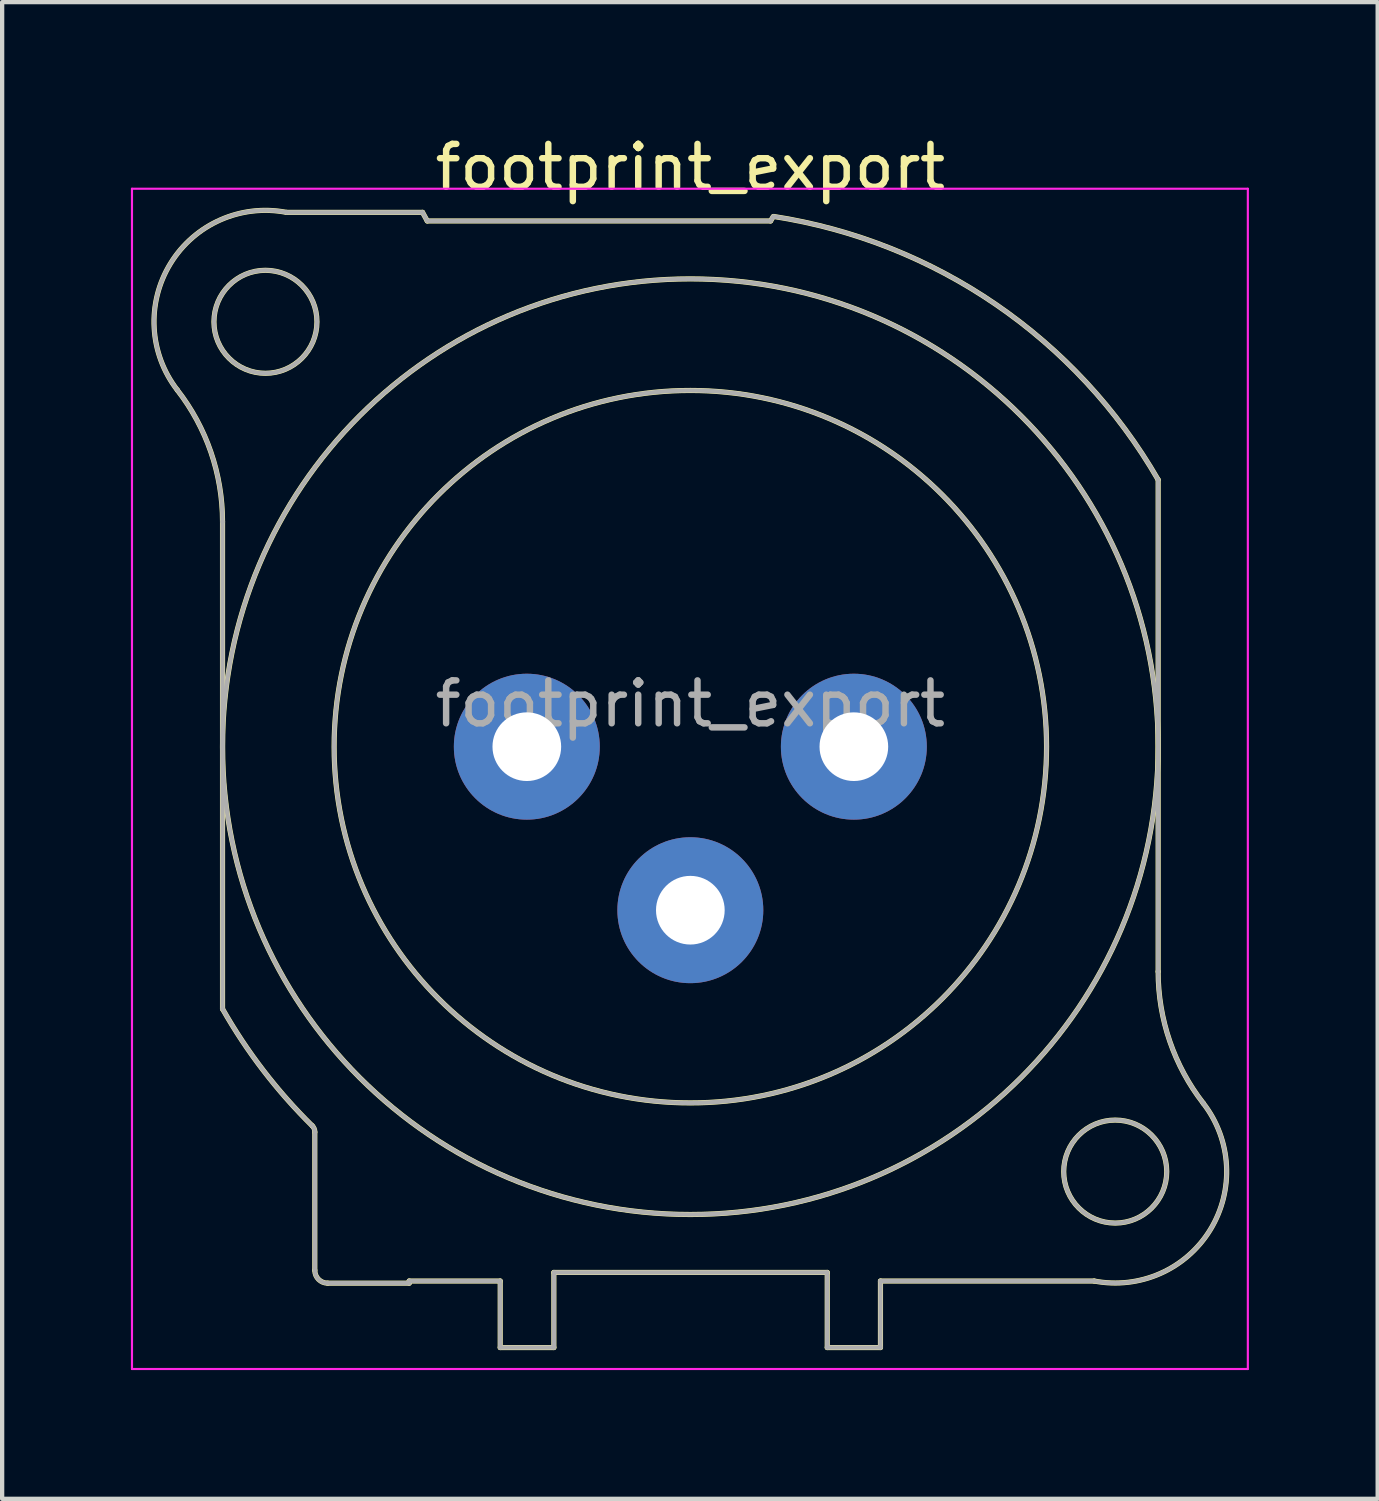
<source format=kicad_pcb>
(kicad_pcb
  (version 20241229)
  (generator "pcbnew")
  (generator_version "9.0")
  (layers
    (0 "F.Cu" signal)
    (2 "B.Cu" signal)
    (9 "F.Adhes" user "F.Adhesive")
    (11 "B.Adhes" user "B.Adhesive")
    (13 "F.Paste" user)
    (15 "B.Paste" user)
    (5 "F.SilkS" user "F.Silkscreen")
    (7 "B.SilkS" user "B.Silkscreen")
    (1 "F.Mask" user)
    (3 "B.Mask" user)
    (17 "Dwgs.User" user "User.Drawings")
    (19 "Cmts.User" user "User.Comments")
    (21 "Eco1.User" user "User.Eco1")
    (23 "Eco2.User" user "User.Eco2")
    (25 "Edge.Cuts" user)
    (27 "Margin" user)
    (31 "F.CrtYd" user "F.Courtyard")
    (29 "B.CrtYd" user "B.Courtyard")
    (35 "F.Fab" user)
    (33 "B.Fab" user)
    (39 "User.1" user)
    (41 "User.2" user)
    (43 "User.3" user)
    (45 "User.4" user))
  (footprint "footprint_export"
    (layer "F.Cu")
    (at 9.225 14.348)
    (property "Reference" "footprint_export" (at 3.81 -13.5 0) (layer "F.SilkS") (effects (font (size 1 1) (thickness 0.15))))
    (attr through_hole)
    (fp_line (start -7.09 -5.24) (end -7.09 6.11) (stroke (width 0.12) (type solid)) (layer "F.SilkS"))
    (fp_line (start -4.94 12.2) (end -4.94 8.98) (stroke (width 0.12) (type solid)) (layer "F.SilkS"))
    (fp_line (start -4.64 12.5) (end -2.74 12.5) (stroke (width 0.12) (type solid)) (layer "F.SilkS"))
    (fp_line (start -2.74 12.45) (end -0.62 12.45) (stroke (width 0.12) (type solid)) (layer "F.SilkS"))
    (fp_line (start -2.74 12.5) (end -2.74 12.45) (stroke (width 0.12) (type solid)) (layer "F.SilkS"))
    (fp_line (start -2.43 -12.45) (end -5.6 -12.45) (stroke (width 0.12) (type solid)) (layer "F.SilkS"))
    (fp_line (start -2.32 -12.25) (end -2.43 -12.45) (stroke (width 0.12) (type solid)) (layer "F.SilkS"))
    (fp_line (start -0.62 12.45) (end -0.62 14) (stroke (width 0.12) (type solid)) (layer "F.SilkS"))
    (fp_line (start 0.63 12.25) (end 0.63 14) (stroke (width 0.12) (type solid)) (layer "F.SilkS"))
    (fp_line (start 0.63 12.25) (end 7 12.25) (stroke (width 0.12) (type solid)) (layer "F.SilkS"))
    (fp_line (start 0.63 14) (end -0.62 14) (stroke (width 0.12) (type solid)) (layer "F.SilkS"))
    (fp_line (start 5.68 -12.25) (end -2.32 -12.25) (stroke (width 0.12) (type solid)) (layer "F.SilkS"))
    (fp_line (start 5.74 -12.35) (end 5.68 -12.25) (stroke (width 0.12) (type solid)) (layer "F.SilkS"))
    (fp_line (start 7 12.25) (end 7 14) (stroke (width 0.12) (type solid)) (layer "F.SilkS"))
    (fp_line (start 8.24 12.45) (end 8.24 14) (stroke (width 0.12) (type solid)) (layer "F.SilkS"))
    (fp_line (start 8.24 12.45) (end 13.22 12.45) (stroke (width 0.12) (type solid)) (layer "F.SilkS"))
    (fp_line (start 8.24 14) (end 7 14) (stroke (width 0.12) (type solid)) (layer "F.SilkS"))
    (fp_line (start 14.71 5.24) (end 14.71 -6.22) (stroke (width 0.12) (type solid)) (layer "F.SilkS"))
    (fp_arc (start -8.14458 -8.311426) (mid -7.360989 -6.863715) (end -7.09 -5.24) (stroke (width 0.12) (type solid)) (layer "F.SilkS"))
    (fp_arc (start -8.141124 -8.307677) (mid -8.303366 -11.257798) (end -5.6 -12.45) (stroke (width 0.12) (type solid)) (layer "F.SilkS"))
    (fp_arc (start -4.999944 8.832139) (mid -4.954594 8.899835) (end -4.94 8.98) (stroke (width 0.12) (type solid)) (layer "F.SilkS"))
    (fp_arc (start -4.999718 8.833849) (mid -6.1389 7.544091) (end -7.09 6.11) (stroke (width 0.12) (type solid)) (layer "F.SilkS"))
    (fp_arc (start -4.64 12.5) (mid -4.852132 12.412132) (end -4.94 12.2) (stroke (width 0.12) (type solid)) (layer "F.SilkS"))
    (fp_arc (start 5.753207 -12.354269) (mid 10.928439 -10.304601) (end 14.71 -6.22) (stroke (width 0.12) (type solid)) (layer "F.SilkS"))
    (fp_arc (start 15.761124 8.307677) (mid 15.923366 11.257798) (end 13.22 12.45) (stroke (width 0.12) (type solid)) (layer "F.SilkS"))
    (fp_arc (start 15.76458 8.311426) (mid 14.980989 6.863715) (end 14.71 5.24) (stroke (width 0.12) (type solid)) (layer "F.SilkS"))
    (fp_circle (center -6.09 -9.9) (end -4.89 -9.9) (stroke (width 0.12) (type solid)) (fill no) (layer "F.SilkS"))
    (fp_circle (center 3.81 0) (end 12.11 0) (stroke (width 0.12) (type solid)) (fill no) (layer "F.SilkS"))
    (fp_circle (center 3.81 0) (end 14.71 0) (stroke (width 0.12) (type solid)) (fill no) (layer "F.SilkS"))
    (fp_circle (center 13.71 9.9) (end 14.91 9.9) (stroke (width 0.12) (type solid)) (fill no) (layer "F.SilkS"))
    (fp_line (start -9.2 -13) (end 16.8 -13) (stroke (width 0.05) (type solid)) (layer "F.CrtYd"))
    (fp_line (start -9.2 14.5) (end -9.2 -13) (stroke (width 0.05) (type solid)) (layer "F.CrtYd"))
    (fp_line (start 16.8 -13) (end 16.8 14.5) (stroke (width 0.05) (type solid)) (layer "F.CrtYd"))
    (fp_line (start 16.8 14.5) (end -9.2 14.5) (stroke (width 0.05) (type solid)) (layer "F.CrtYd"))
    (fp_line (start -7.09 -5.24) (end -7.09 6.11) (stroke (width 0.1) (type solid)) (layer "F.Fab"))
    (fp_line (start -4.94 12.2) (end -4.94 8.98) (stroke (width 0.1) (type solid)) (layer "F.Fab"))
    (fp_line (start -4.64 12.5) (end -2.74 12.5) (stroke (width 0.1) (type solid)) (layer "F.Fab"))
    (fp_line (start -2.74 12.45) (end -0.62 12.45) (stroke (width 0.1) (type solid)) (layer "F.Fab"))
    (fp_line (start -2.74 12.5) (end -2.74 12.45) (stroke (width 0.1) (type solid)) (layer "F.Fab"))
    (fp_line (start -2.43 -12.45) (end -5.6 -12.45) (stroke (width 0.1) (type solid)) (layer "F.Fab"))
    (fp_line (start -2.32 -12.25) (end -2.43 -12.45) (stroke (width 0.1) (type solid)) (layer "F.Fab"))
    (fp_line (start -0.62 12.45) (end -0.62 14) (stroke (width 0.1) (type solid)) (layer "F.Fab"))
    (fp_line (start 0.63 12.25) (end 0.63 14) (stroke (width 0.1) (type solid)) (layer "F.Fab"))
    (fp_line (start 0.63 12.25) (end 7 12.25) (stroke (width 0.1) (type solid)) (layer "F.Fab"))
    (fp_line (start 0.63 14) (end -0.62 14) (stroke (width 0.1) (type solid)) (layer "F.Fab"))
    (fp_line (start 5.68 -12.25) (end -2.32 -12.25) (stroke (width 0.1) (type solid)) (layer "F.Fab"))
    (fp_line (start 5.74 -12.35) (end 5.68 -12.25) (stroke (width 0.1) (type solid)) (layer "F.Fab"))
    (fp_line (start 7 12.25) (end 7 14) (stroke (width 0.1) (type solid)) (layer "F.Fab"))
    (fp_line (start 8.24 12.45) (end 8.24 14) (stroke (width 0.1) (type solid)) (layer "F.Fab"))
    (fp_line (start 8.24 12.45) (end 13.22 12.45) (stroke (width 0.1) (type solid)) (layer "F.Fab"))
    (fp_line (start 8.24 14) (end 7 14) (stroke (width 0.1) (type solid)) (layer "F.Fab"))
    (fp_line (start 14.71 5.24) (end 14.71 -6.22) (stroke (width 0.1) (type solid)) (layer "F.Fab"))
    (fp_arc (start -8.14458 -8.311426) (mid -7.360989 -6.863715) (end -7.09 -5.24) (stroke (width 0.1) (type solid)) (layer "F.Fab"))
    (fp_arc (start -8.141124 -8.307677) (mid -8.303366 -11.257798) (end -5.6 -12.45) (stroke (width 0.1) (type solid)) (layer "F.Fab"))
    (fp_arc (start -4.999944 8.832139) (mid -4.954594 8.899835) (end -4.94 8.98) (stroke (width 0.1) (type solid)) (layer "F.Fab"))
    (fp_arc (start -4.999718 8.833849) (mid -6.1389 7.544091) (end -7.09 6.11) (stroke (width 0.1) (type solid)) (layer "F.Fab"))
    (fp_arc (start -4.64 12.5) (mid -4.852132 12.412132) (end -4.94 12.2) (stroke (width 0.1) (type solid)) (layer "F.Fab"))
    (fp_arc (start 5.753207 -12.354269) (mid 10.928439 -10.304601) (end 14.71 -6.22) (stroke (width 0.1) (type solid)) (layer "F.Fab"))
    (fp_arc (start 15.761124 8.307677) (mid 15.923366 11.257798) (end 13.22 12.45) (stroke (width 0.1) (type solid)) (layer "F.Fab"))
    (fp_arc (start 15.76458 8.311426) (mid 14.980989 6.863715) (end 14.71 5.24) (stroke (width 0.1) (type solid)) (layer "F.Fab"))
    (fp_circle (center -6.09 -9.9) (end -4.89 -9.9) (stroke (width 0.1) (type solid)) (fill no) (layer "F.Fab"))
    (fp_circle (center 3.81 0) (end 12.11 0) (stroke (width 0.1) (type solid)) (fill no) (layer "F.Fab"))
    (fp_circle (center 3.81 0) (end 14.71 0) (stroke (width 0.1) (type solid)) (fill no) (layer "F.Fab"))
    (fp_circle (center 13.71 9.9) (end 14.91 9.9) (stroke (width 0.1) (type solid)) (fill no) (layer "F.Fab"))
    (fp_text user "${REFERENCE}" (at 3.81 -1 0) (layer "F.Fab") (effects (font (size 1 1) (thickness 0.15))))
    (pad "1" thru_hole circle (at 0 0) (size 3.4 3.4) (drill 1.6) (layers "*.Cu" "*.Mask"))
    (pad "2" thru_hole circle (at 7.62 0) (size 3.4 3.4) (drill 1.6) (layers "*.Cu" "*.Mask"))
    (pad "3" thru_hole circle (at 3.81 3.81) (size 3.4 3.4) (drill 1.6) (layers "*.Cu" "*.Mask")))
  (gr_rect
    (start -3 -3)
    (end 29.05 31.873)
    (stroke (width 0.1) (type default))
    (fill no)
    (layer "Edge.Cuts")))
</source>
